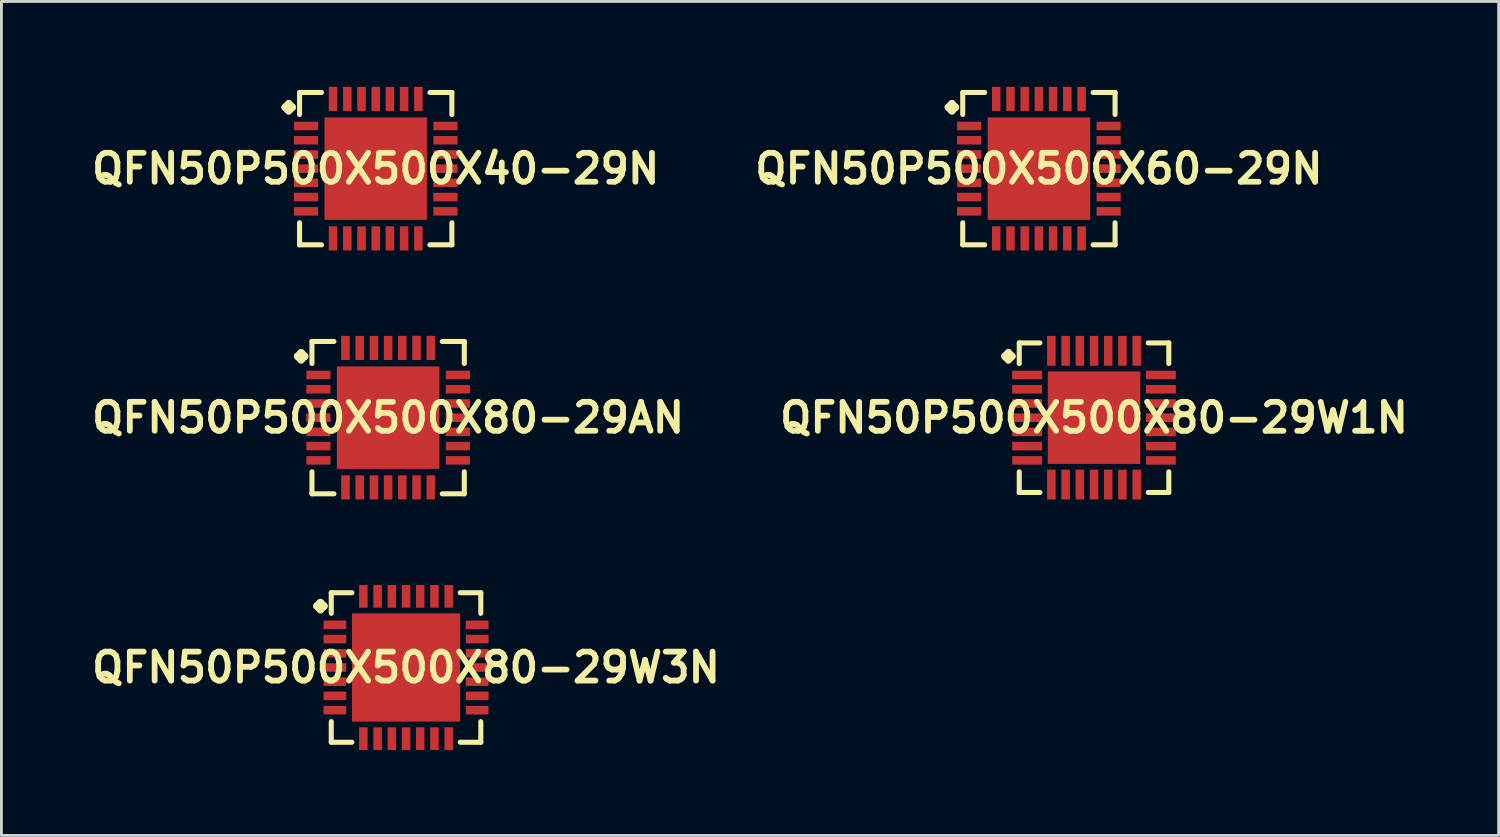
<source format=kicad_pcb>
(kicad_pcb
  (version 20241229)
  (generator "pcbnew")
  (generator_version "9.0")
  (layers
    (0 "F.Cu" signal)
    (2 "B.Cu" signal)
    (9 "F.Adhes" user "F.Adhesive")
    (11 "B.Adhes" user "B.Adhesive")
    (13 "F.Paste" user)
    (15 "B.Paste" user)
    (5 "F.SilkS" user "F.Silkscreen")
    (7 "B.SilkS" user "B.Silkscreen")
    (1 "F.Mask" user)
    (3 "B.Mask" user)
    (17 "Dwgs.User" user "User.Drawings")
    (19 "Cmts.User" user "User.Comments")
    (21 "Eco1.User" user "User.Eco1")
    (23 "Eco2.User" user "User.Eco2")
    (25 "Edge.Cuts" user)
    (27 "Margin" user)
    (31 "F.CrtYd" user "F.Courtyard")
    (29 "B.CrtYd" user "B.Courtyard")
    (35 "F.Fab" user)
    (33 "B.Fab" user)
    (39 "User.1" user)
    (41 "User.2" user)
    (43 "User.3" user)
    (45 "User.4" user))
  (footprint "QFN50P500X500X80-29AN"
    (layer "F.Cu")
    (at 10.581 11.618)
    (property "Reference" "QFN50P500X500X80-29AN" (at 0 0 0) (layer "F.SilkS") (effects (font (size 1.016 1.016) (thickness 0.203))))
    (attr smd)
    (fp_line (start -3.183 -2.156) (end -3.056 -2.283) (stroke (width 0.254) (type solid)) (layer "F.SilkS"))
    (fp_line (start -3.056 -2.283) (end -2.929 -2.156) (stroke (width 0.254) (type solid)) (layer "F.SilkS"))
    (fp_line (start -3.056 -2.029) (end -3.183 -2.156) (stroke (width 0.254) (type solid)) (layer "F.SilkS"))
    (fp_line (start -2.929 -2.156) (end -3.056 -2.029) (stroke (width 0.254) (type solid)) (layer "F.SilkS"))
    (fp_line (start -2.675 -2.675) (end -1.902 -2.675) (stroke (width 0.178) (type solid)) (layer "F.SilkS"))
    (fp_line (start -2.675 -1.902) (end -2.675 -2.675) (stroke (width 0.178) (type solid)) (layer "F.SilkS"))
    (fp_line (start -2.675 1.902) (end -2.675 2.675) (stroke (width 0.178) (type solid)) (layer "F.SilkS"))
    (fp_line (start -2.675 2.675) (end -1.902 2.675) (stroke (width 0.178) (type solid)) (layer "F.SilkS"))
    (fp_line (start 1.902 -2.675) (end 2.675 -2.675) (stroke (width 0.178) (type solid)) (layer "F.SilkS"))
    (fp_line (start 1.902 2.675) (end 2.675 2.675) (stroke (width 0.178) (type solid)) (layer "F.SilkS"))
    (fp_line (start 2.675 -2.675) (end 2.675 -1.902) (stroke (width 0.178) (type solid)) (layer "F.SilkS"))
    (fp_line (start 2.675 2.675) (end 2.675 1.902) (stroke (width 0.178) (type solid)) (layer "F.SilkS"))
    (pad "1" smd rect (at -2.449 -1.499) (size 0.848 0.3) (layers "F.Cu" "F.Mask" "F.Paste"))
    (pad "2" smd rect (at -2.449 -0.998) (size 0.848 0.3) (layers "F.Cu" "F.Mask" "F.Paste"))
    (pad "3" smd rect (at -2.449 -0.498) (size 0.848 0.3) (layers "F.Cu" "F.Mask" "F.Paste"))
    (pad "4" smd rect (at -2.449 0) (size 0.848 0.3) (layers "F.Cu" "F.Mask" "F.Paste"))
    (pad "5" smd rect (at -2.449 0.498) (size 0.848 0.3) (layers "F.Cu" "F.Mask" "F.Paste"))
    (pad "6" smd rect (at -2.449 0.998) (size 0.848 0.3) (layers "F.Cu" "F.Mask" "F.Paste"))
    (pad "7" smd rect (at -2.449 1.499) (size 0.848 0.3) (layers "F.Cu" "F.Mask" "F.Paste"))
    (pad "8" smd rect (at -1.499 2.449) (size 0.3 0.848) (layers "F.Cu" "F.Mask" "F.Paste"))
    (pad "9" smd rect (at -0.998 2.449) (size 0.3 0.848) (layers "F.Cu" "F.Mask" "F.Paste"))
    (pad "10" smd rect (at -0.498 2.449) (size 0.3 0.848) (layers "F.Cu" "F.Mask" "F.Paste"))
    (pad "11" smd rect (at 0 2.449) (size 0.3 0.848) (layers "F.Cu" "F.Mask" "F.Paste"))
    (pad "12" smd rect (at 0.498 2.449) (size 0.3 0.848) (layers "F.Cu" "F.Mask" "F.Paste"))
    (pad "13" smd rect (at 0.998 2.449) (size 0.3 0.848) (layers "F.Cu" "F.Mask" "F.Paste"))
    (pad "14" smd rect (at 1.499 2.449) (size 0.3 0.848) (layers "F.Cu" "F.Mask" "F.Paste"))
    (pad "15" smd rect (at 2.449 1.499) (size 0.848 0.3) (layers "F.Cu" "F.Mask" "F.Paste"))
    (pad "16" smd rect (at 2.449 0.998) (size 0.848 0.3) (layers "F.Cu" "F.Mask" "F.Paste"))
    (pad "17" smd rect (at 2.449 0.498) (size 0.848 0.3) (layers "F.Cu" "F.Mask" "F.Paste"))
    (pad "18" smd rect (at 2.449 0) (size 0.848 0.3) (layers "F.Cu" "F.Mask" "F.Paste"))
    (pad "19" smd rect (at 2.449 -0.498) (size 0.848 0.3) (layers "F.Cu" "F.Mask" "F.Paste"))
    (pad "20" smd rect (at 2.449 -0.998) (size 0.848 0.3) (layers "F.Cu" "F.Mask" "F.Paste"))
    (pad "21" smd rect (at 2.449 -1.499) (size 0.848 0.3) (layers "F.Cu" "F.Mask" "F.Paste"))
    (pad "22" smd rect (at 1.499 -2.449) (size 0.3 0.848) (layers "F.Cu" "F.Mask" "F.Paste"))
    (pad "23" smd rect (at 0.998 -2.449) (size 0.3 0.848) (layers "F.Cu" "F.Mask" "F.Paste"))
    (pad "24" smd rect (at 0.498 -2.449) (size 0.3 0.848) (layers "F.Cu" "F.Mask" "F.Paste"))
    (pad "25" smd rect (at 0 -2.449) (size 0.3 0.848) (layers "F.Cu" "F.Mask" "F.Paste"))
    (pad "26" smd rect (at -0.498 -2.449) (size 0.3 0.848) (layers "F.Cu" "F.Mask" "F.Paste"))
    (pad "27" smd rect (at -0.998 -2.449) (size 0.3 0.848) (layers "F.Cu" "F.Mask" "F.Paste"))
    (pad "28" smd rect (at -1.499 -2.449) (size 0.3 0.848) (layers "F.Cu" "F.Mask" "F.Paste"))
    (pad "29" smd rect (at 0 0) (size 3.599 3.599) (layers "F.Cu" "F.Mask" "F.Paste")))
  (footprint "QFN50P500X500X80-29W3N"
    (layer "F.Cu")
    (at 11.21 20.392)
    (property "Reference" "QFN50P500X500X80-29W3N" (at 0 0 0) (layer "F.SilkS") (effects (font (size 1.016 1.016) (thickness 0.203))))
    (attr smd)
    (fp_line (start -3.134 -2.156) (end -3.007 -2.283) (stroke (width 0.254) (type solid)) (layer "F.SilkS"))
    (fp_line (start -3.007 -2.283) (end -2.88 -2.156) (stroke (width 0.254) (type solid)) (layer "F.SilkS"))
    (fp_line (start -3.007 -2.029) (end -3.134 -2.156) (stroke (width 0.254) (type solid)) (layer "F.SilkS"))
    (fp_line (start -2.88 -2.156) (end -3.007 -2.029) (stroke (width 0.254) (type solid)) (layer "F.SilkS"))
    (fp_line (start -2.626 -2.626) (end -1.902 -2.626) (stroke (width 0.178) (type solid)) (layer "F.SilkS"))
    (fp_line (start -2.626 -1.902) (end -2.626 -2.626) (stroke (width 0.178) (type solid)) (layer "F.SilkS"))
    (fp_line (start -2.626 1.902) (end -2.626 2.626) (stroke (width 0.178) (type solid)) (layer "F.SilkS"))
    (fp_line (start -2.626 2.626) (end -1.902 2.626) (stroke (width 0.178) (type solid)) (layer "F.SilkS"))
    (fp_line (start 1.902 -2.626) (end 2.626 -2.626) (stroke (width 0.178) (type solid)) (layer "F.SilkS"))
    (fp_line (start 1.902 2.626) (end 2.626 2.626) (stroke (width 0.178) (type solid)) (layer "F.SilkS"))
    (fp_line (start 2.626 -2.626) (end 2.626 -1.902) (stroke (width 0.178) (type solid)) (layer "F.SilkS"))
    (fp_line (start 2.626 2.626) (end 2.626 1.902) (stroke (width 0.178) (type solid)) (layer "F.SilkS"))
    (pad "1" smd rect (at -2.499 -1.499) (size 0.798 0.3) (layers "F.Cu" "F.Mask" "F.Paste"))
    (pad "2" smd rect (at -2.499 -0.998) (size 0.798 0.3) (layers "F.Cu" "F.Mask" "F.Paste"))
    (pad "3" smd rect (at -2.499 -0.498) (size 0.798 0.3) (layers "F.Cu" "F.Mask" "F.Paste"))
    (pad "4" smd rect (at -2.499 0) (size 0.798 0.3) (layers "F.Cu" "F.Mask" "F.Paste"))
    (pad "5" smd rect (at -2.499 0.498) (size 0.798 0.3) (layers "F.Cu" "F.Mask" "F.Paste"))
    (pad "6" smd rect (at -2.499 0.998) (size 0.798 0.3) (layers "F.Cu" "F.Mask" "F.Paste"))
    (pad "7" smd rect (at -2.499 1.499) (size 0.798 0.3) (layers "F.Cu" "F.Mask" "F.Paste"))
    (pad "8" smd rect (at -1.499 2.499) (size 0.3 0.798) (layers "F.Cu" "F.Mask" "F.Paste"))
    (pad "9" smd rect (at -0.998 2.499) (size 0.3 0.798) (layers "F.Cu" "F.Mask" "F.Paste"))
    (pad "10" smd rect (at -0.498 2.499) (size 0.3 0.798) (layers "F.Cu" "F.Mask" "F.Paste"))
    (pad "11" smd rect (at 0 2.499) (size 0.3 0.798) (layers "F.Cu" "F.Mask" "F.Paste"))
    (pad "12" smd rect (at 0.498 2.499) (size 0.3 0.798) (layers "F.Cu" "F.Mask" "F.Paste"))
    (pad "13" smd rect (at 0.998 2.499) (size 0.3 0.798) (layers "F.Cu" "F.Mask" "F.Paste"))
    (pad "14" smd rect (at 1.499 2.499) (size 0.3 0.798) (layers "F.Cu" "F.Mask" "F.Paste"))
    (pad "15" smd rect (at 2.499 1.499) (size 0.798 0.3) (layers "F.Cu" "F.Mask" "F.Paste"))
    (pad "16" smd rect (at 2.499 0.998) (size 0.798 0.3) (layers "F.Cu" "F.Mask" "F.Paste"))
    (pad "17" smd rect (at 2.499 0.498) (size 0.798 0.3) (layers "F.Cu" "F.Mask" "F.Paste"))
    (pad "18" smd rect (at 2.499 0) (size 0.798 0.3) (layers "F.Cu" "F.Mask" "F.Paste"))
    (pad "19" smd rect (at 2.499 -0.498) (size 0.798 0.3) (layers "F.Cu" "F.Mask" "F.Paste"))
    (pad "20" smd rect (at 2.499 -0.998) (size 0.798 0.3) (layers "F.Cu" "F.Mask" "F.Paste"))
    (pad "21" smd rect (at 2.499 -1.499) (size 0.798 0.3) (layers "F.Cu" "F.Mask" "F.Paste"))
    (pad "22" smd rect (at 1.499 -2.499) (size 0.3 0.798) (layers "F.Cu" "F.Mask" "F.Paste"))
    (pad "23" smd rect (at 0.998 -2.499) (size 0.3 0.798) (layers "F.Cu" "F.Mask" "F.Paste"))
    (pad "24" smd rect (at 0.498 -2.499) (size 0.3 0.798) (layers "F.Cu" "F.Mask" "F.Paste"))
    (pad "25" smd rect (at 0 -2.499) (size 0.3 0.798) (layers "F.Cu" "F.Mask" "F.Paste"))
    (pad "26" smd rect (at -0.498 -2.499) (size 0.3 0.798) (layers "F.Cu" "F.Mask" "F.Paste"))
    (pad "27" smd rect (at -0.998 -2.499) (size 0.3 0.798) (layers "F.Cu" "F.Mask" "F.Paste"))
    (pad "28" smd rect (at -1.499 -2.499) (size 0.3 0.798) (layers "F.Cu" "F.Mask" "F.Paste"))
    (pad "29" smd rect (at 0 0) (size 3.8 3.8) (layers "F.Cu" "F.Mask" "F.Paste")))
  (footprint "QFN50P500X500X60-29N"
    (layer "F.Cu")
    (at 33.436 2.873)
    (property "Reference" "QFN50P500X500X60-29N" (at 0 0 0) (layer "F.SilkS") (effects (font (size 1.016 1.016) (thickness 0.203))))
    (attr smd)
    (fp_line (start -3.183 -2.156) (end -3.056 -2.283) (stroke (width 0.254) (type solid)) (layer "F.SilkS"))
    (fp_line (start -3.056 -2.283) (end -2.929 -2.156) (stroke (width 0.254) (type solid)) (layer "F.SilkS"))
    (fp_line (start -3.056 -2.029) (end -3.183 -2.156) (stroke (width 0.254) (type solid)) (layer "F.SilkS"))
    (fp_line (start -2.929 -2.156) (end -3.056 -2.029) (stroke (width 0.254) (type solid)) (layer "F.SilkS"))
    (fp_line (start -2.675 -2.675) (end -1.902 -2.675) (stroke (width 0.178) (type solid)) (layer "F.SilkS"))
    (fp_line (start -2.675 -1.902) (end -2.675 -2.675) (stroke (width 0.178) (type solid)) (layer "F.SilkS"))
    (fp_line (start -2.675 1.902) (end -2.675 2.675) (stroke (width 0.178) (type solid)) (layer "F.SilkS"))
    (fp_line (start -2.675 2.675) (end -1.902 2.675) (stroke (width 0.178) (type solid)) (layer "F.SilkS"))
    (fp_line (start 1.902 -2.675) (end 2.675 -2.675) (stroke (width 0.178) (type solid)) (layer "F.SilkS"))
    (fp_line (start 1.902 2.675) (end 2.675 2.675) (stroke (width 0.178) (type solid)) (layer "F.SilkS"))
    (fp_line (start 2.675 -2.675) (end 2.675 -1.902) (stroke (width 0.178) (type solid)) (layer "F.SilkS"))
    (fp_line (start 2.675 2.675) (end 2.675 1.902) (stroke (width 0.178) (type solid)) (layer "F.SilkS"))
    (pad "1" smd rect (at -2.449 -1.499) (size 0.848 0.3) (layers "F.Cu" "F.Mask" "F.Paste"))
    (pad "2" smd rect (at -2.449 -0.998) (size 0.848 0.3) (layers "F.Cu" "F.Mask" "F.Paste"))
    (pad "3" smd rect (at -2.449 -0.498) (size 0.848 0.3) (layers "F.Cu" "F.Mask" "F.Paste"))
    (pad "4" smd rect (at -2.449 0) (size 0.848 0.3) (layers "F.Cu" "F.Mask" "F.Paste"))
    (pad "5" smd rect (at -2.449 0.498) (size 0.848 0.3) (layers "F.Cu" "F.Mask" "F.Paste"))
    (pad "6" smd rect (at -2.449 0.998) (size 0.848 0.3) (layers "F.Cu" "F.Mask" "F.Paste"))
    (pad "7" smd rect (at -2.449 1.499) (size 0.848 0.3) (layers "F.Cu" "F.Mask" "F.Paste"))
    (pad "8" smd rect (at -1.499 2.449) (size 0.3 0.848) (layers "F.Cu" "F.Mask" "F.Paste"))
    (pad "9" smd rect (at -0.998 2.449) (size 0.3 0.848) (layers "F.Cu" "F.Mask" "F.Paste"))
    (pad "10" smd rect (at -0.498 2.449) (size 0.3 0.848) (layers "F.Cu" "F.Mask" "F.Paste"))
    (pad "11" smd rect (at 0 2.449) (size 0.3 0.848) (layers "F.Cu" "F.Mask" "F.Paste"))
    (pad "12" smd rect (at 0.498 2.449) (size 0.3 0.848) (layers "F.Cu" "F.Mask" "F.Paste"))
    (pad "13" smd rect (at 0.998 2.449) (size 0.3 0.848) (layers "F.Cu" "F.Mask" "F.Paste"))
    (pad "14" smd rect (at 1.499 2.449) (size 0.3 0.848) (layers "F.Cu" "F.Mask" "F.Paste"))
    (pad "15" smd rect (at 2.449 1.499) (size 0.848 0.3) (layers "F.Cu" "F.Mask" "F.Paste"))
    (pad "16" smd rect (at 2.449 0.998) (size 0.848 0.3) (layers "F.Cu" "F.Mask" "F.Paste"))
    (pad "17" smd rect (at 2.449 0.498) (size 0.848 0.3) (layers "F.Cu" "F.Mask" "F.Paste"))
    (pad "18" smd rect (at 2.449 0) (size 0.848 0.3) (layers "F.Cu" "F.Mask" "F.Paste"))
    (pad "19" smd rect (at 2.449 -0.498) (size 0.848 0.3) (layers "F.Cu" "F.Mask" "F.Paste"))
    (pad "20" smd rect (at 2.449 -0.998) (size 0.848 0.3) (layers "F.Cu" "F.Mask" "F.Paste"))
    (pad "21" smd rect (at 2.449 -1.499) (size 0.848 0.3) (layers "F.Cu" "F.Mask" "F.Paste"))
    (pad "22" smd rect (at 1.499 -2.449) (size 0.3 0.848) (layers "F.Cu" "F.Mask" "F.Paste"))
    (pad "23" smd rect (at 0.998 -2.449) (size 0.3 0.848) (layers "F.Cu" "F.Mask" "F.Paste"))
    (pad "24" smd rect (at 0.498 -2.449) (size 0.3 0.848) (layers "F.Cu" "F.Mask" "F.Paste"))
    (pad "25" smd rect (at 0 -2.449) (size 0.3 0.848) (layers "F.Cu" "F.Mask" "F.Paste"))
    (pad "26" smd rect (at -0.498 -2.449) (size 0.3 0.848) (layers "F.Cu" "F.Mask" "F.Paste"))
    (pad "27" smd rect (at -0.998 -2.449) (size 0.3 0.848) (layers "F.Cu" "F.Mask" "F.Paste"))
    (pad "28" smd rect (at -1.499 -2.449) (size 0.3 0.848) (layers "F.Cu" "F.Mask" "F.Paste"))
    (pad "29" smd rect (at 0 0) (size 3.599 3.599) (layers "F.Cu" "F.Mask" "F.Paste")))
  (footprint "QFN50P500X500X40-29N"
    (layer "F.Cu")
    (at 10.145 2.873)
    (property "Reference" "QFN50P500X500X40-29N" (at 0 0 0) (layer "F.SilkS") (effects (font (size 1.016 1.016) (thickness 0.203))))
    (attr smd)
    (fp_line (start -3.183 -2.156) (end -3.056 -2.283) (stroke (width 0.254) (type solid)) (layer "F.SilkS"))
    (fp_line (start -3.056 -2.283) (end -2.929 -2.156) (stroke (width 0.254) (type solid)) (layer "F.SilkS"))
    (fp_line (start -3.056 -2.029) (end -3.183 -2.156) (stroke (width 0.254) (type solid)) (layer "F.SilkS"))
    (fp_line (start -2.929 -2.156) (end -3.056 -2.029) (stroke (width 0.254) (type solid)) (layer "F.SilkS"))
    (fp_line (start -2.675 -2.675) (end -1.902 -2.675) (stroke (width 0.178) (type solid)) (layer "F.SilkS"))
    (fp_line (start -2.675 -1.902) (end -2.675 -2.675) (stroke (width 0.178) (type solid)) (layer "F.SilkS"))
    (fp_line (start -2.675 1.902) (end -2.675 2.675) (stroke (width 0.178) (type solid)) (layer "F.SilkS"))
    (fp_line (start -2.675 2.675) (end -1.902 2.675) (stroke (width 0.178) (type solid)) (layer "F.SilkS"))
    (fp_line (start 1.902 -2.675) (end 2.675 -2.675) (stroke (width 0.178) (type solid)) (layer "F.SilkS"))
    (fp_line (start 1.902 2.675) (end 2.675 2.675) (stroke (width 0.178) (type solid)) (layer "F.SilkS"))
    (fp_line (start 2.675 -2.675) (end 2.675 -1.902) (stroke (width 0.178) (type solid)) (layer "F.SilkS"))
    (fp_line (start 2.675 2.675) (end 2.675 1.902) (stroke (width 0.178) (type solid)) (layer "F.SilkS"))
    (pad "1" smd rect (at -2.449 -1.499) (size 0.848 0.3) (layers "F.Cu" "F.Mask" "F.Paste"))
    (pad "2" smd rect (at -2.449 -0.998) (size 0.848 0.3) (layers "F.Cu" "F.Mask" "F.Paste"))
    (pad "3" smd rect (at -2.449 -0.498) (size 0.848 0.3) (layers "F.Cu" "F.Mask" "F.Paste"))
    (pad "4" smd rect (at -2.449 0) (size 0.848 0.3) (layers "F.Cu" "F.Mask" "F.Paste"))
    (pad "5" smd rect (at -2.449 0.498) (size 0.848 0.3) (layers "F.Cu" "F.Mask" "F.Paste"))
    (pad "6" smd rect (at -2.449 0.998) (size 0.848 0.3) (layers "F.Cu" "F.Mask" "F.Paste"))
    (pad "7" smd rect (at -2.449 1.499) (size 0.848 0.3) (layers "F.Cu" "F.Mask" "F.Paste"))
    (pad "8" smd rect (at -1.499 2.449) (size 0.3 0.848) (layers "F.Cu" "F.Mask" "F.Paste"))
    (pad "9" smd rect (at -0.998 2.449) (size 0.3 0.848) (layers "F.Cu" "F.Mask" "F.Paste"))
    (pad "10" smd rect (at -0.498 2.449) (size 0.3 0.848) (layers "F.Cu" "F.Mask" "F.Paste"))
    (pad "11" smd rect (at 0 2.449) (size 0.3 0.848) (layers "F.Cu" "F.Mask" "F.Paste"))
    (pad "12" smd rect (at 0.498 2.449) (size 0.3 0.848) (layers "F.Cu" "F.Mask" "F.Paste"))
    (pad "13" smd rect (at 0.998 2.449) (size 0.3 0.848) (layers "F.Cu" "F.Mask" "F.Paste"))
    (pad "14" smd rect (at 1.499 2.449) (size 0.3 0.848) (layers "F.Cu" "F.Mask" "F.Paste"))
    (pad "15" smd rect (at 2.449 1.499) (size 0.848 0.3) (layers "F.Cu" "F.Mask" "F.Paste"))
    (pad "16" smd rect (at 2.449 0.998) (size 0.848 0.3) (layers "F.Cu" "F.Mask" "F.Paste"))
    (pad "17" smd rect (at 2.449 0.498) (size 0.848 0.3) (layers "F.Cu" "F.Mask" "F.Paste"))
    (pad "18" smd rect (at 2.449 0) (size 0.848 0.3) (layers "F.Cu" "F.Mask" "F.Paste"))
    (pad "19" smd rect (at 2.449 -0.498) (size 0.848 0.3) (layers "F.Cu" "F.Mask" "F.Paste"))
    (pad "20" smd rect (at 2.449 -0.998) (size 0.848 0.3) (layers "F.Cu" "F.Mask" "F.Paste"))
    (pad "21" smd rect (at 2.449 -1.499) (size 0.848 0.3) (layers "F.Cu" "F.Mask" "F.Paste"))
    (pad "22" smd rect (at 1.499 -2.449) (size 0.3 0.848) (layers "F.Cu" "F.Mask" "F.Paste"))
    (pad "23" smd rect (at 0.998 -2.449) (size 0.3 0.848) (layers "F.Cu" "F.Mask" "F.Paste"))
    (pad "24" smd rect (at 0.498 -2.449) (size 0.3 0.848) (layers "F.Cu" "F.Mask" "F.Paste"))
    (pad "25" smd rect (at 0 -2.449) (size 0.3 0.848) (layers "F.Cu" "F.Mask" "F.Paste"))
    (pad "26" smd rect (at -0.498 -2.449) (size 0.3 0.848) (layers "F.Cu" "F.Mask" "F.Paste"))
    (pad "27" smd rect (at -0.998 -2.449) (size 0.3 0.848) (layers "F.Cu" "F.Mask" "F.Paste"))
    (pad "28" smd rect (at -1.499 -2.449) (size 0.3 0.848) (layers "F.Cu" "F.Mask" "F.Paste"))
    (pad "29" smd rect (at 0 0) (size 3.599 3.599) (layers "F.Cu" "F.Mask" "F.Paste")))
  (footprint "QFN50P500X500X80-29W1N"
    (layer "F.Cu")
    (at 35.372 11.619)
    (property "Reference" "QFN50P500X500X80-29W1N" (at 0 0 0) (layer "F.SilkS") (effects (font (size 1.016 1.016) (thickness 0.203))))
    (attr smd)
    (fp_line (start -3.134 -2.156) (end -3.007 -2.283) (stroke (width 0.254) (type solid)) (layer "F.SilkS"))
    (fp_line (start -3.007 -2.283) (end -2.88 -2.156) (stroke (width 0.254) (type solid)) (layer "F.SilkS"))
    (fp_line (start -3.007 -2.029) (end -3.134 -2.156) (stroke (width 0.254) (type solid)) (layer "F.SilkS"))
    (fp_line (start -2.88 -2.156) (end -3.007 -2.029) (stroke (width 0.254) (type solid)) (layer "F.SilkS"))
    (fp_line (start -2.626 -2.626) (end -1.902 -2.626) (stroke (width 0.178) (type solid)) (layer "F.SilkS"))
    (fp_line (start -2.626 -1.902) (end -2.626 -2.626) (stroke (width 0.178) (type solid)) (layer "F.SilkS"))
    (fp_line (start -2.626 1.902) (end -2.626 2.626) (stroke (width 0.178) (type solid)) (layer "F.SilkS"))
    (fp_line (start -2.626 2.626) (end -1.902 2.626) (stroke (width 0.178) (type solid)) (layer "F.SilkS"))
    (fp_line (start 1.902 -2.626) (end 2.626 -2.626) (stroke (width 0.178) (type solid)) (layer "F.SilkS"))
    (fp_line (start 1.902 2.626) (end 2.626 2.626) (stroke (width 0.178) (type solid)) (layer "F.SilkS"))
    (fp_line (start 2.626 -2.626) (end 2.626 -1.902) (stroke (width 0.178) (type solid)) (layer "F.SilkS"))
    (fp_line (start 2.626 2.626) (end 2.626 1.902) (stroke (width 0.178) (type solid)) (layer "F.SilkS"))
    (pad "1" smd rect (at -2.349 -1.499) (size 1.049 0.3) (layers "F.Cu" "F.Mask" "F.Paste"))
    (pad "2" smd rect (at -2.349 -0.998) (size 1.049 0.3) (layers "F.Cu" "F.Mask" "F.Paste"))
    (pad "3" smd rect (at -2.349 -0.498) (size 1.049 0.3) (layers "F.Cu" "F.Mask" "F.Paste"))
    (pad "4" smd rect (at -2.349 0) (size 1.049 0.3) (layers "F.Cu" "F.Mask" "F.Paste"))
    (pad "5" smd rect (at -2.349 0.498) (size 1.049 0.3) (layers "F.Cu" "F.Mask" "F.Paste"))
    (pad "6" smd rect (at -2.349 0.998) (size 1.049 0.3) (layers "F.Cu" "F.Mask" "F.Paste"))
    (pad "7" smd rect (at -2.349 1.499) (size 1.049 0.3) (layers "F.Cu" "F.Mask" "F.Paste"))
    (pad "8" smd rect (at -1.499 2.349) (size 0.3 1.049) (layers "F.Cu" "F.Mask" "F.Paste"))
    (pad "9" smd rect (at -0.998 2.349) (size 0.3 1.049) (layers "F.Cu" "F.Mask" "F.Paste"))
    (pad "10" smd rect (at -0.498 2.349) (size 0.3 1.049) (layers "F.Cu" "F.Mask" "F.Paste"))
    (pad "11" smd rect (at 0 2.349) (size 0.3 1.049) (layers "F.Cu" "F.Mask" "F.Paste"))
    (pad "12" smd rect (at 0.498 2.349) (size 0.3 1.049) (layers "F.Cu" "F.Mask" "F.Paste"))
    (pad "13" smd rect (at 0.998 2.349) (size 0.3 1.049) (layers "F.Cu" "F.Mask" "F.Paste"))
    (pad "14" smd rect (at 1.499 2.349) (size 0.3 1.049) (layers "F.Cu" "F.Mask" "F.Paste"))
    (pad "15" smd rect (at 2.349 1.499) (size 1.049 0.3) (layers "F.Cu" "F.Mask" "F.Paste"))
    (pad "16" smd rect (at 2.349 0.998) (size 1.049 0.3) (layers "F.Cu" "F.Mask" "F.Paste"))
    (pad "17" smd rect (at 2.349 0.498) (size 1.049 0.3) (layers "F.Cu" "F.Mask" "F.Paste"))
    (pad "18" smd rect (at 2.349 0) (size 1.049 0.3) (layers "F.Cu" "F.Mask" "F.Paste"))
    (pad "19" smd rect (at 2.349 -0.498) (size 1.049 0.3) (layers "F.Cu" "F.Mask" "F.Paste"))
    (pad "20" smd rect (at 2.349 -0.998) (size 1.049 0.3) (layers "F.Cu" "F.Mask" "F.Paste"))
    (pad "21" smd rect (at 2.349 -1.499) (size 1.049 0.3) (layers "F.Cu" "F.Mask" "F.Paste"))
    (pad "22" smd rect (at 1.499 -2.349) (size 0.3 1.049) (layers "F.Cu" "F.Mask" "F.Paste"))
    (pad "23" smd rect (at 0.998 -2.349) (size 0.3 1.049) (layers "F.Cu" "F.Mask" "F.Paste"))
    (pad "24" smd rect (at 0.498 -2.349) (size 0.3 1.049) (layers "F.Cu" "F.Mask" "F.Paste"))
    (pad "25" smd rect (at 0 -2.349) (size 0.3 1.049) (layers "F.Cu" "F.Mask" "F.Paste"))
    (pad "26" smd rect (at -0.498 -2.349) (size 0.3 1.049) (layers "F.Cu" "F.Mask" "F.Paste"))
    (pad "27" smd rect (at -0.998 -2.349) (size 0.3 1.049) (layers "F.Cu" "F.Mask" "F.Paste"))
    (pad "28" smd rect (at -1.499 -2.349) (size 0.3 1.049) (layers "F.Cu" "F.Mask" "F.Paste"))
    (pad "29" smd rect (at 0 0) (size 3.249 3.249) (layers "F.Cu" "F.Mask" "F.Paste")))
  (gr_rect
    (start -3 -3)
    (end 49.582 26.29)
    (stroke (width 0.1) (type default))
    (fill no)
    (layer "Edge.Cuts")))
</source>
